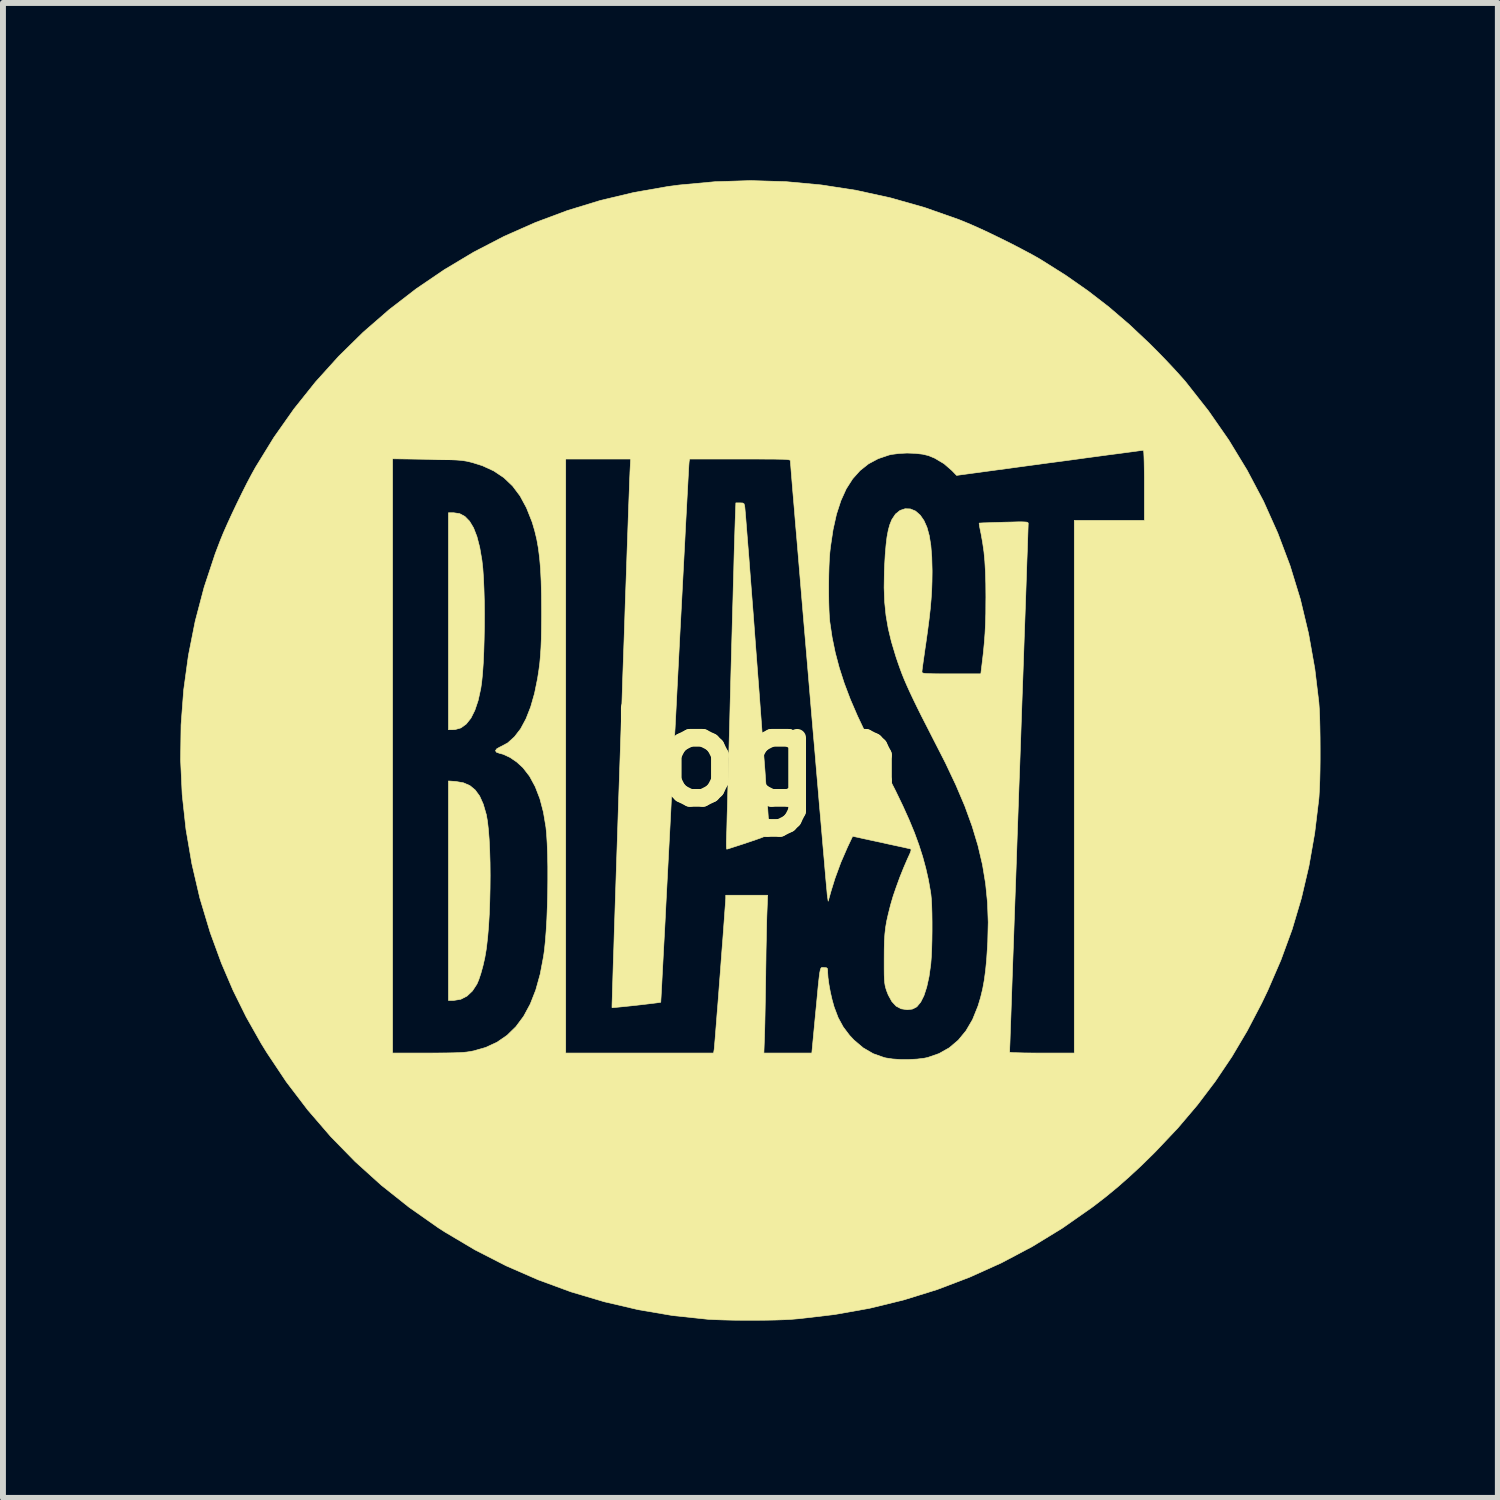
<source format=kicad_pcb>
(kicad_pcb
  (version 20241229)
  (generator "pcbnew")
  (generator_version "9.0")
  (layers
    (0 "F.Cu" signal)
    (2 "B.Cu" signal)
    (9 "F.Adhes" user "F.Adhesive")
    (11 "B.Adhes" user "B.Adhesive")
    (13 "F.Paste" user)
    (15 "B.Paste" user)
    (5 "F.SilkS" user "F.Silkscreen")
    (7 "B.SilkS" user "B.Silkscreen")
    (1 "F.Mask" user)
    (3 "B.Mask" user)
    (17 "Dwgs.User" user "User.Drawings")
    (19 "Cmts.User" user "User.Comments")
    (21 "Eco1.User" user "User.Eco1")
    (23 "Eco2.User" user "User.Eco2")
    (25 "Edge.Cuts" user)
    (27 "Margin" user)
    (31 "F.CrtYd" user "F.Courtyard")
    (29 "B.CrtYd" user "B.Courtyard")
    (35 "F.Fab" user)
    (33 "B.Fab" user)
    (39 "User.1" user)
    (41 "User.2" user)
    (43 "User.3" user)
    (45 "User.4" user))
  (footprint "logo"
    (layer "F.Cu")
    (at 9.709 9.758)
    (property "Reference" "logo" (at 0 0 0) (layer "F.SilkS") (effects (font (size 1.524 1.524) (thickness 0.3))))
    (attr through_hole)
    (fp_poly (pts (xy -4.983 -4.119) (xy -4.894 -4.071) (xy -4.816 -3.991) (xy -4.748 -3.878) (xy -4.691 -3.731) (xy -4.644 -3.549) (xy -4.607 -3.332) (xy -4.606 -3.325) (xy -4.591 -3.19) (xy -4.58 -3.027) (xy -4.572 -2.841) (xy -4.566 -2.639) (xy -4.564 -2.426) (xy -4.565 -2.209) (xy -4.569 -1.993) (xy -4.575 -1.784) (xy -4.584 -1.589) (xy -4.596 -1.414) (xy -4.611 -1.265) (xy -4.626 -1.161) (xy -4.67 -0.96) (xy -4.726 -0.793) (xy -4.793 -0.659) (xy -4.872 -0.56) (xy -4.961 -0.495) (xy -5.062 -0.466) (xy -5.098 -0.464) (xy -5.173 -0.464) (xy -5.173 -4.134) (xy -5.084 -4.134) (xy -4.983 -4.119)) (stroke (width 0.01) (type solid)) (fill yes) (layer "F.SilkS"))
    (fp_poly (pts (xy -5.048 0.412) (xy -4.92 0.434) (xy -4.811 0.481) (xy -4.721 0.555) (xy -4.645 0.659) (xy -4.584 0.795) (xy -4.535 0.964) (xy -4.532 0.974) (xy -4.513 1.084) (xy -4.497 1.225) (xy -4.484 1.393) (xy -4.475 1.582) (xy -4.469 1.786) (xy -4.467 2.001) (xy -4.469 2.222) (xy -4.474 2.442) (xy -4.482 2.657) (xy -4.494 2.862) (xy -4.51 3.05) (xy -4.529 3.217) (xy -4.535 3.26) (xy -4.558 3.395) (xy -4.589 3.531) (xy -4.624 3.658) (xy -4.66 3.766) (xy -4.691 3.839) (xy -4.767 3.955) (xy -4.859 4.042) (xy -4.964 4.096) (xy -5.08 4.115) (xy -5.085 4.116) (xy -5.173 4.116) (xy -5.173 0.403) (xy -5.048 0.412)) (stroke (width 0.01) (type solid)) (fill yes) (layer "F.SilkS"))
    (fp_poly (pts (xy -0.195 -4.299) (xy -0.173 -4.286) (xy -0.163 -4.252) (xy -0.159 -4.223) (xy -0.156 -4.19) (xy -0.15 -4.123) (xy -0.142 -4.026) (xy -0.132 -3.899) (xy -0.12 -3.747) (xy -0.106 -3.57) (xy -0.09 -3.373) (xy -0.074 -3.157) (xy -0.056 -2.924) (xy -0.037 -2.678) (xy -0.017 -2.421) (xy 0.003 -2.154) (xy 0.023 -1.882) (xy 0.044 -1.606) (xy 0.065 -1.329) (xy 0.086 -1.053) (xy 0.106 -0.781) (xy 0.126 -0.515) (xy 0.145 -0.257) (xy 0.163 -0.011) (xy 0.181 0.221) (xy 0.196 0.437) (xy 0.211 0.634) (xy 0.224 0.81) (xy 0.234 0.962) (xy 0.243 1.088) (xy 0.25 1.185) (xy 0.254 1.251) (xy 0.256 1.283) (xy 0.256 1.286) (xy 0.248 1.301) (xy 0.226 1.317) (xy 0.186 1.337) (xy 0.123 1.362) (xy 0.034 1.394) (xy -0.086 1.435) (xy -0.102 1.44) (xy -0.209 1.476) (xy -0.305 1.507) (xy -0.383 1.532) (xy -0.438 1.55) (xy -0.464 1.557) (xy -0.465 1.557) (xy -0.469 1.54) (xy -0.471 1.494) (xy -0.471 1.426) (xy -0.469 1.367) (xy -0.468 1.325) (xy -0.465 1.249) (xy -0.462 1.14) (xy -0.459 1.001) (xy -0.454 0.835) (xy -0.449 0.644) (xy -0.443 0.43) (xy -0.437 0.196) (xy -0.43 -0.056) (xy -0.423 -0.324) (xy -0.415 -0.604) (xy -0.408 -0.895) (xy -0.4 -1.194) (xy -0.399 -1.242) (xy -0.391 -1.545) (xy -0.383 -1.842) (xy -0.375 -2.131) (xy -0.368 -2.408) (xy -0.36 -2.672) (xy -0.354 -2.919) (xy -0.347 -3.148) (xy -0.342 -3.355) (xy -0.337 -3.538) (xy -0.332 -3.694) (xy -0.328 -3.821) (xy -0.325 -3.917) (xy -0.323 -3.978) (xy -0.323 -3.981) (xy -0.311 -4.301) (xy -0.24 -4.301) (xy -0.195 -4.299)) (stroke (width 0.01) (type solid)) (fill yes) (layer "F.SilkS"))
    (fp_poly (pts (xy 0.537 -9.735) (xy 1.131 -9.68) (xy 1.721 -9.589) (xy 2.305 -9.461) (xy 2.883 -9.297) (xy 3.455 -9.096) (xy 3.508 -9.075) (xy 3.644 -9.019) (xy 3.804 -8.948) (xy 3.98 -8.866) (xy 4.164 -8.777) (xy 4.349 -8.685) (xy 4.526 -8.593) (xy 4.688 -8.507) (xy 4.826 -8.429) (xy 4.867 -8.404) (xy 5.27 -8.15) (xy 5.645 -7.888) (xy 6 -7.614) (xy 6.343 -7.32) (xy 6.683 -7) (xy 6.758 -6.925) (xy 6.866 -6.816) (xy 6.977 -6.701) (xy 7.085 -6.586) (xy 7.183 -6.479) (xy 7.265 -6.387) (xy 7.304 -6.341) (xy 7.683 -5.859) (xy 8.028 -5.363) (xy 8.338 -4.853) (xy 8.615 -4.329) (xy 8.856 -3.791) (xy 9.064 -3.239) (xy 9.238 -2.672) (xy 9.377 -2.091) (xy 9.483 -1.494) (xy 9.551 -0.927) (xy 9.559 -0.816) (xy 9.565 -0.675) (xy 9.569 -0.512) (xy 9.572 -0.332) (xy 9.573 -0.145) (xy 9.573 0.044) (xy 9.571 0.226) (xy 9.567 0.396) (xy 9.561 0.546) (xy 9.554 0.668) (xy 9.551 0.705) (xy 9.481 1.285) (xy 9.383 1.844) (xy 9.256 2.386) (xy 9.099 2.915) (xy 8.909 3.434) (xy 8.687 3.947) (xy 8.584 4.162) (xy 8.34 4.629) (xy 8.08 5.068) (xy 7.8 5.484) (xy 7.497 5.884) (xy 7.166 6.274) (xy 6.802 6.659) (xy 6.759 6.703) (xy 6.545 6.913) (xy 6.344 7.099) (xy 6.149 7.271) (xy 5.95 7.435) (xy 5.739 7.598) (xy 5.702 7.625) (xy 5.212 7.968) (xy 4.705 8.278) (xy 4.182 8.555) (xy 3.643 8.798) (xy 3.091 9.008) (xy 2.526 9.183) (xy 1.949 9.324) (xy 1.36 9.429) (xy 0.763 9.499) (xy 0.621 9.511) (xy 0.505 9.517) (xy 0.361 9.522) (xy 0.196 9.525) (xy 0.018 9.526) (xy -0.165 9.526) (xy -0.344 9.525) (xy -0.511 9.521) (xy -0.658 9.516) (xy -0.777 9.51) (xy -0.788 9.509) (xy -1.376 9.447) (xy -1.958 9.348) (xy -2.533 9.214) (xy -3.099 9.046) (xy -3.654 8.842) (xy -4.195 8.606) (xy -4.721 8.337) (xy -5.23 8.035) (xy -5.347 7.96) (xy -5.841 7.613) (xy -6.309 7.241) (xy -6.751 6.842) (xy -7.166 6.417) (xy -7.554 5.967) (xy -7.916 5.492) (xy -8.24 5.006) (xy -6.118 5.006) (xy -5.52 5.006) (xy -5.347 5.005) (xy -5.207 5.004) (xy -5.093 5.002) (xy -5.001 4.999) (xy -4.927 4.995) (xy -4.865 4.989) (xy -4.81 4.981) (xy -4.757 4.971) (xy -4.754 4.971) (xy -4.543 4.911) (xy -4.352 4.823) (xy -4.182 4.706) (xy -4.032 4.56) (xy -3.901 4.384) (xy -3.789 4.177) (xy -3.696 3.94) (xy -3.621 3.671) (xy -3.564 3.37) (xy -3.55 3.272) (xy -3.534 3.118) (xy -3.52 2.937) (xy -3.508 2.735) (xy -3.5 2.519) (xy -3.494 2.296) (xy -3.492 2.071) (xy -3.492 1.852) (xy -3.496 1.646) (xy -3.503 1.457) (xy -3.513 1.294) (xy -3.524 1.183) (xy -3.566 0.932) (xy -3.626 0.703) (xy -3.705 0.499) (xy -3.8 0.324) (xy -3.911 0.18) (xy -3.914 0.177) (xy -4.017 0.083) (xy -4.131 0.005) (xy -4.245 -0.048) (xy -4.313 -0.066) (xy -4.362 -0.084) (xy -4.377 -0.11) (xy -4.357 -0.14) (xy -4.305 -0.17) (xy -4.295 -0.174) (xy -4.17 -0.241) (xy -4.056 -0.344) (xy -3.952 -0.479) (xy -3.861 -0.648) (xy -3.782 -0.849) (xy -3.716 -1.08) (xy -3.663 -1.341) (xy -3.663 -1.344) (xy -3.644 -1.467) (xy -3.628 -1.588) (xy -3.617 -1.713) (xy -3.608 -1.848) (xy -3.602 -1.999) (xy -3.599 -2.172) (xy -3.597 -2.374) (xy -3.597 -2.475) (xy -3.599 -2.743) (xy -3.605 -2.979) (xy -3.615 -3.186) (xy -3.631 -3.371) (xy -3.652 -3.536) (xy -3.679 -3.687) (xy -3.713 -3.828) (xy -3.753 -3.964) (xy -3.761 -3.987) (xy -3.853 -4.218) (xy -3.961 -4.418) (xy -4.088 -4.587) (xy -4.236 -4.728) (xy -4.405 -4.841) (xy -4.598 -4.93) (xy -4.764 -4.982) (xy -4.815 -4.995) (xy -4.863 -5.006) (xy -4.912 -5.014) (xy -4.967 -5.021) (xy -5.034 -5.026) (xy -5.117 -5.03) (xy -5.221 -5.033) (xy -5.352 -5.035) (xy -5.515 -5.038) (xy -5.53 -5.038) (xy -5.831 -5.043) (xy -3.189 -5.043) (xy -3.189 5.006) (xy -0.688 5.006) (xy -0.678 4.946) (xy -0.675 4.918) (xy -0.67 4.857) (xy -0.662 4.766) (xy -0.653 4.65) (xy -0.642 4.512) (xy -0.63 4.356) (xy -0.616 4.185) (xy -0.602 4.004) (xy -0.588 3.816) (xy -0.573 3.625) (xy -0.559 3.435) (xy -0.545 3.249) (xy -0.531 3.071) (xy -0.519 2.906) (xy -0.508 2.756) (xy -0.499 2.626) (xy -0.491 2.519) (xy -0.485 2.44) (xy -0.482 2.391) (xy -0.482 2.378) (xy -0.482 2.336) (xy 0.227 2.336) (xy 0.216 2.61) (xy 0.213 2.69) (xy 0.21 2.801) (xy 0.207 2.938) (xy 0.204 3.094) (xy 0.2 3.264) (xy 0.198 3.441) (xy 0.195 3.62) (xy 0.195 3.652) (xy 0.192 3.832) (xy 0.189 4.012) (xy 0.186 4.186) (xy 0.183 4.348) (xy 0.18 4.492) (xy 0.177 4.612) (xy 0.174 4.702) (xy 0.174 4.714) (xy 0.163 5.006) (xy 0.974 5.006) (xy 1.035 4.362) (xy 1.054 4.168) (xy 1.069 4.008) (xy 1.081 3.879) (xy 1.092 3.776) (xy 1.101 3.698) (xy 1.109 3.641) (xy 1.117 3.602) (xy 1.125 3.577) (xy 1.134 3.564) (xy 1.144 3.558) (xy 1.156 3.558) (xy 1.171 3.559) (xy 1.18 3.56) (xy 1.219 3.562) (xy 1.237 3.575) (xy 1.242 3.61) (xy 1.242 3.639) (xy 1.248 3.73) (xy 1.264 3.846) (xy 1.287 3.973) (xy 1.316 4.1) (xy 1.348 4.215) (xy 1.351 4.226) (xy 1.42 4.408) (xy 1.505 4.564) (xy 1.612 4.706) (xy 1.686 4.785) (xy 1.843 4.918) (xy 2.014 5.017) (xy 2.199 5.082) (xy 2.229 5.089) (xy 2.341 5.106) (xy 2.474 5.115) (xy 2.616 5.115) (xy 2.754 5.108) (xy 2.876 5.093) (xy 2.934 5.081) (xy 3.127 5.014) (xy 3.3 4.916) (xy 3.451 4.788) (xy 3.582 4.629) (xy 3.693 4.44) (xy 3.782 4.219) (xy 3.789 4.199) (xy 3.83 4.062) (xy 3.864 3.922) (xy 3.891 3.775) (xy 3.913 3.612) (xy 3.931 3.428) (xy 3.945 3.215) (xy 3.95 3.133) (xy 3.958 2.793) (xy 3.946 2.463) (xy 3.914 2.14) (xy 3.861 1.819) (xy 3.785 1.496) (xy 3.686 1.168) (xy 3.563 0.829) (xy 3.413 0.476) (xy 3.238 0.105) (xy 3.147 -0.074) (xy 3.027 -0.308) (xy 2.923 -0.512) (xy 2.832 -0.69) (xy 2.755 -0.845) (xy 2.689 -0.981) (xy 2.632 -1.102) (xy 2.583 -1.21) (xy 2.54 -1.309) (xy 2.502 -1.403) (xy 2.468 -1.494) (xy 2.435 -1.587) (xy 2.402 -1.684) (xy 2.392 -1.715) (xy 2.321 -1.952) (xy 2.267 -2.177) (xy 2.229 -2.398) (xy 2.206 -2.626) (xy 2.197 -2.867) (xy 2.201 -3.132) (xy 2.205 -3.235) (xy 2.216 -3.43) (xy 2.23 -3.592) (xy 2.246 -3.726) (xy 2.267 -3.837) (xy 2.292 -3.929) (xy 2.323 -4.007) (xy 2.329 -4.02) (xy 2.39 -4.112) (xy 2.466 -4.173) (xy 2.552 -4.202) (xy 2.641 -4.199) (xy 2.728 -4.163) (xy 2.808 -4.093) (xy 2.871 -4.002) (xy 2.922 -3.888) (xy 2.96 -3.75) (xy 2.987 -3.584) (xy 3.003 -3.388) (xy 3.009 -3.159) (xy 3.009 -3.124) (xy 3.007 -2.972) (xy 3.002 -2.823) (xy 2.992 -2.671) (xy 2.978 -2.509) (xy 2.958 -2.332) (xy 2.932 -2.131) (xy 2.9 -1.903) (xy 2.891 -1.845) (xy 2.875 -1.73) (xy 2.86 -1.626) (xy 2.848 -1.54) (xy 2.84 -1.477) (xy 2.837 -1.444) (xy 2.837 -1.441) (xy 2.839 -1.432) (xy 2.848 -1.424) (xy 2.869 -1.419) (xy 2.905 -1.414) (xy 2.961 -1.412) (xy 3.04 -1.41) (xy 3.147 -1.409) (xy 3.286 -1.409) (xy 3.335 -1.409) (xy 3.833 -1.409) (xy 3.854 -1.581) (xy 3.876 -1.767) (xy 3.892 -1.935) (xy 3.904 -2.095) (xy 3.912 -2.257) (xy 3.917 -2.431) (xy 3.918 -2.628) (xy 3.919 -2.707) (xy 3.917 -2.936) (xy 3.911 -3.135) (xy 3.901 -3.312) (xy 3.886 -3.473) (xy 3.864 -3.626) (xy 3.837 -3.778) (xy 3.828 -3.821) (xy 3.815 -3.886) (xy 3.807 -3.935) (xy 3.805 -3.958) (xy 3.805 -3.959) (xy 3.824 -3.96) (xy 3.875 -3.963) (xy 3.952 -3.965) (xy 4.051 -3.969) (xy 4.165 -3.972) (xy 4.223 -3.974) (xy 4.357 -3.977) (xy 4.458 -3.98) (xy 4.532 -3.98) (xy 4.581 -3.978) (xy 4.612 -3.975) (xy 4.628 -3.968) (xy 4.634 -3.96) (xy 4.635 -3.953) (xy 4.634 -3.932) (xy 4.632 -3.875) (xy 4.629 -3.785) (xy 4.625 -3.662) (xy 4.62 -3.509) (xy 4.613 -3.327) (xy 4.606 -3.117) (xy 4.598 -2.882) (xy 4.589 -2.622) (xy 4.579 -2.34) (xy 4.568 -2.038) (xy 4.557 -1.715) (xy 4.545 -1.376) (xy 4.532 -1.02) (xy 4.519 -0.649) (xy 4.506 -0.266) (xy 4.492 0.128) (xy 4.477 0.528) (xy 4.463 0.932) (xy 4.449 1.326) (xy 4.436 1.708) (xy 4.423 2.078) (xy 4.41 2.433) (xy 4.398 2.772) (xy 4.387 3.093) (xy 4.376 3.394) (xy 4.366 3.675) (xy 4.357 3.933) (xy 4.349 4.167) (xy 4.342 4.375) (xy 4.335 4.556) (xy 4.33 4.708) (xy 4.326 4.829) (xy 4.322 4.917) (xy 4.321 4.972) (xy 4.32 4.992) (xy 4.338 4.995) (xy 4.388 4.999) (xy 4.466 5.001) (xy 4.568 5.004) (xy 4.688 5.005) (xy 4.823 5.006) (xy 4.867 5.006) (xy 5.414 5.006) (xy 5.414 -4.005) (xy 6.6 -4.005) (xy 6.6 -4.598) (xy 6.6 -4.742) (xy 6.598 -4.874) (xy 6.596 -4.989) (xy 6.593 -5.082) (xy 6.59 -5.149) (xy 6.586 -5.185) (xy 6.584 -5.191) (xy 6.564 -5.189) (xy 6.509 -5.182) (xy 6.423 -5.17) (xy 6.309 -5.155) (xy 6.168 -5.136) (xy 6.005 -5.115) (xy 5.82 -5.09) (xy 5.618 -5.063) (xy 5.401 -5.033) (xy 5.171 -5.002) (xy 4.995 -4.979) (xy 3.423 -4.766) (xy 3.344 -4.848) (xy 3.21 -4.964) (xy 3.054 -5.057) (xy 2.948 -5.101) (xy 2.847 -5.125) (xy 2.722 -5.139) (xy 2.585 -5.144) (xy 2.449 -5.137) (xy 2.325 -5.121) (xy 2.28 -5.111) (xy 2.097 -5.049) (xy 1.934 -4.962) (xy 1.79 -4.848) (xy 1.664 -4.707) (xy 1.556 -4.538) (xy 1.466 -4.339) (xy 1.391 -4.109) (xy 1.333 -3.848) (xy 1.289 -3.554) (xy 1.279 -3.462) (xy 1.271 -3.358) (xy 1.265 -3.228) (xy 1.261 -3.082) (xy 1.259 -2.926) (xy 1.259 -2.769) (xy 1.261 -2.618) (xy 1.265 -2.482) (xy 1.271 -2.367) (xy 1.278 -2.29) (xy 1.317 -2.027) (xy 1.37 -1.769) (xy 1.438 -1.512) (xy 1.522 -1.251) (xy 1.624 -0.981) (xy 1.746 -0.698) (xy 1.889 -0.397) (xy 2.055 -0.074) (xy 2.086 -0.017) (xy 2.247 0.288) (xy 2.389 0.566) (xy 2.512 0.821) (xy 2.618 1.056) (xy 2.709 1.276) (xy 2.785 1.484) (xy 2.849 1.684) (xy 2.902 1.88) (xy 2.946 2.074) (xy 2.981 2.272) (xy 2.988 2.318) (xy 2.996 2.398) (xy 3.002 2.508) (xy 3.006 2.641) (xy 3.008 2.788) (xy 3.008 2.942) (xy 3.006 3.096) (xy 3.002 3.242) (xy 2.996 3.373) (xy 2.988 3.482) (xy 2.986 3.504) (xy 2.957 3.712) (xy 2.918 3.889) (xy 2.871 4.034) (xy 2.816 4.144) (xy 2.753 4.22) (xy 2.736 4.232) (xy 2.675 4.262) (xy 2.594 4.272) (xy 2.585 4.272) (xy 2.485 4.257) (xy 2.4 4.212) (xy 2.328 4.134) (xy 2.267 4.023) (xy 2.237 3.946) (xy 2.224 3.904) (xy 2.214 3.863) (xy 2.207 3.817) (xy 2.202 3.76) (xy 2.199 3.685) (xy 2.198 3.587) (xy 2.198 3.459) (xy 2.198 3.411) (xy 2.199 3.246) (xy 2.202 3.109) (xy 2.21 2.991) (xy 2.222 2.883) (xy 2.24 2.776) (xy 2.266 2.661) (xy 2.299 2.529) (xy 2.311 2.484) (xy 2.35 2.351) (xy 2.403 2.197) (xy 2.463 2.032) (xy 2.528 1.87) (xy 2.592 1.722) (xy 2.596 1.713) (xy 2.63 1.64) (xy 2.648 1.594) (xy 2.654 1.568) (xy 2.648 1.555) (xy 2.632 1.549) (xy 2.627 1.548) (xy 2.597 1.542) (xy 2.537 1.528) (xy 2.453 1.51) (xy 2.351 1.488) (xy 2.236 1.463) (xy 2.197 1.454) (xy 2.077 1.428) (xy 1.965 1.404) (xy 1.868 1.383) (xy 1.792 1.366) (xy 1.744 1.355) (xy 1.736 1.354) (xy 1.665 1.338) (xy 1.576 1.526) (xy 1.464 1.784) (xy 1.367 2.048) (xy 1.301 2.26) (xy 1.251 2.437) (xy 1.237 2.345) (xy 1.234 2.319) (xy 1.229 2.258) (xy 1.22 2.165) (xy 1.209 2.041) (xy 1.196 1.89) (xy 1.181 1.712) (xy 1.163 1.51) (xy 1.144 1.287) (xy 1.123 1.045) (xy 1.1 0.784) (xy 1.077 0.509) (xy 1.052 0.221) (xy 1.027 -0.078) (xy 1 -0.385) (xy 0.973 -0.699) (xy 0.946 -1.018) (xy 0.919 -1.338) (xy 0.892 -1.659) (xy 0.865 -1.977) (xy 0.838 -2.291) (xy 0.812 -2.598) (xy 0.787 -2.896) (xy 0.763 -3.184) (xy 0.74 -3.458) (xy 0.718 -3.718) (xy 0.697 -3.959) (xy 0.679 -4.182) (xy 0.662 -4.382) (xy 0.647 -4.559) (xy 0.635 -4.709) (xy 0.625 -4.831) (xy 0.618 -4.923) (xy 0.613 -4.982) (xy 0.612 -5.006) (xy 0.611 -5.014) (xy 0.607 -5.022) (xy 0.595 -5.028) (xy 0.574 -5.032) (xy 0.539 -5.036) (xy 0.488 -5.039) (xy 0.418 -5.04) (xy 0.325 -5.042) (xy 0.207 -5.042) (xy 0.059 -5.043) (xy -0.121 -5.043) (xy -0.241 -5.043) (xy -1.093 -5.043) (xy -1.101 -5.001) (xy -1.103 -4.979) (xy -1.107 -4.922) (xy -1.112 -4.83) (xy -1.119 -4.707) (xy -1.127 -4.553) (xy -1.137 -4.37) (xy -1.148 -4.159) (xy -1.161 -3.923) (xy -1.174 -3.662) (xy -1.189 -3.379) (xy -1.205 -3.074) (xy -1.222 -2.75) (xy -1.24 -2.409) (xy -1.259 -2.051) (xy -1.278 -1.679) (xy -1.298 -1.293) (xy -1.318 -0.896) (xy -1.339 -0.49) (xy -1.344 -0.409) (xy -1.365 -0.001) (xy -1.385 0.397) (xy -1.405 0.784) (xy -1.424 1.158) (xy -1.443 1.517) (xy -1.461 1.86) (xy -1.478 2.186) (xy -1.494 2.492) (xy -1.508 2.777) (xy -1.522 3.04) (xy -1.535 3.279) (xy -1.546 3.492) (xy -1.556 3.678) (xy -1.564 3.836) (xy -1.571 3.962) (xy -1.576 4.057) (xy -1.58 4.119) (xy -1.581 4.145) (xy -1.581 4.146) (xy -1.601 4.15) (xy -1.651 4.157) (xy -1.724 4.166) (xy -1.816 4.177) (xy -1.918 4.189) (xy -2.024 4.201) (xy -2.129 4.212) (xy -2.226 4.222) (xy -2.308 4.23) (xy -2.369 4.236) (xy -2.402 4.238) (xy -2.406 4.237) (xy -2.406 4.219) (xy -2.405 4.165) (xy -2.402 4.078) (xy -2.399 3.959) (xy -2.394 3.812) (xy -2.389 3.637) (xy -2.383 3.436) (xy -2.375 3.212) (xy -2.368 2.967) (xy -2.359 2.702) (xy -2.35 2.419) (xy -2.34 2.12) (xy -2.33 1.808) (xy -2.319 1.484) (xy -2.308 1.149) (xy -2.297 0.807) (xy -2.285 0.459) (xy -2.273 0.107) (xy -2.261 -0.248) (xy -2.249 -0.603) (xy -2.237 -0.956) (xy -2.226 -1.305) (xy -2.214 -1.649) (xy -2.202 -1.986) (xy -2.191 -2.313) (xy -2.181 -2.629) (xy -2.17 -2.931) (xy -2.16 -3.218) (xy -2.151 -3.488) (xy -2.142 -3.739) (xy -2.134 -3.968) (xy -2.127 -4.175) (xy -2.12 -4.357) (xy -2.114 -4.512) (xy -2.11 -4.638) (xy -2.106 -4.733) (xy -2.103 -4.796) (xy -2.103 -4.807) (xy -2.091 -5.043) (xy -3.189 -5.043) (xy -5.831 -5.043) (xy -6.118 -5.047) (xy -6.118 5.006) (xy -8.24 5.006) (xy -8.249 4.992) (xy -8.342 4.841) (xy -8.593 4.397) (xy -8.815 3.948) (xy -9.013 3.486) (xy -9.191 3) (xy -9.206 2.957) (xy -9.378 2.385) (xy -9.513 1.805) (xy -9.613 1.221) (xy -9.677 0.633) (xy -9.704 0.044) (xy -9.696 -0.546) (xy -9.652 -1.134) (xy -9.572 -1.719) (xy -9.457 -2.299) (xy -9.306 -2.873) (xy -9.119 -3.439) (xy -9.034 -3.662) (xy -8.981 -3.792) (xy -8.913 -3.946) (xy -8.835 -4.116) (xy -8.751 -4.293) (xy -8.665 -4.469) (xy -8.581 -4.636) (xy -8.502 -4.785) (xy -8.436 -4.904) (xy -8.126 -5.408) (xy -7.787 -5.889) (xy -7.422 -6.346) (xy -7.031 -6.779) (xy -6.616 -7.187) (xy -6.178 -7.568) (xy -5.719 -7.922) (xy -5.241 -8.247) (xy -4.744 -8.544) (xy -4.231 -8.81) (xy -3.702 -9.044) (xy -3.159 -9.247) (xy -2.603 -9.417) (xy -2.036 -9.552) (xy -1.46 -9.653) (xy -1.272 -9.678) (xy -0.665 -9.734) (xy -0.062 -9.753) (xy 0.537 -9.735)) (stroke (width 0.01) (type solid)) (fill yes) (layer "F.SilkS")))
  (gr_rect
    (start -3 -3)
    (end 22.288 22.289)
    (stroke (width 0.1) (type default))
    (fill no)
    (layer "Edge.Cuts")))
</source>
